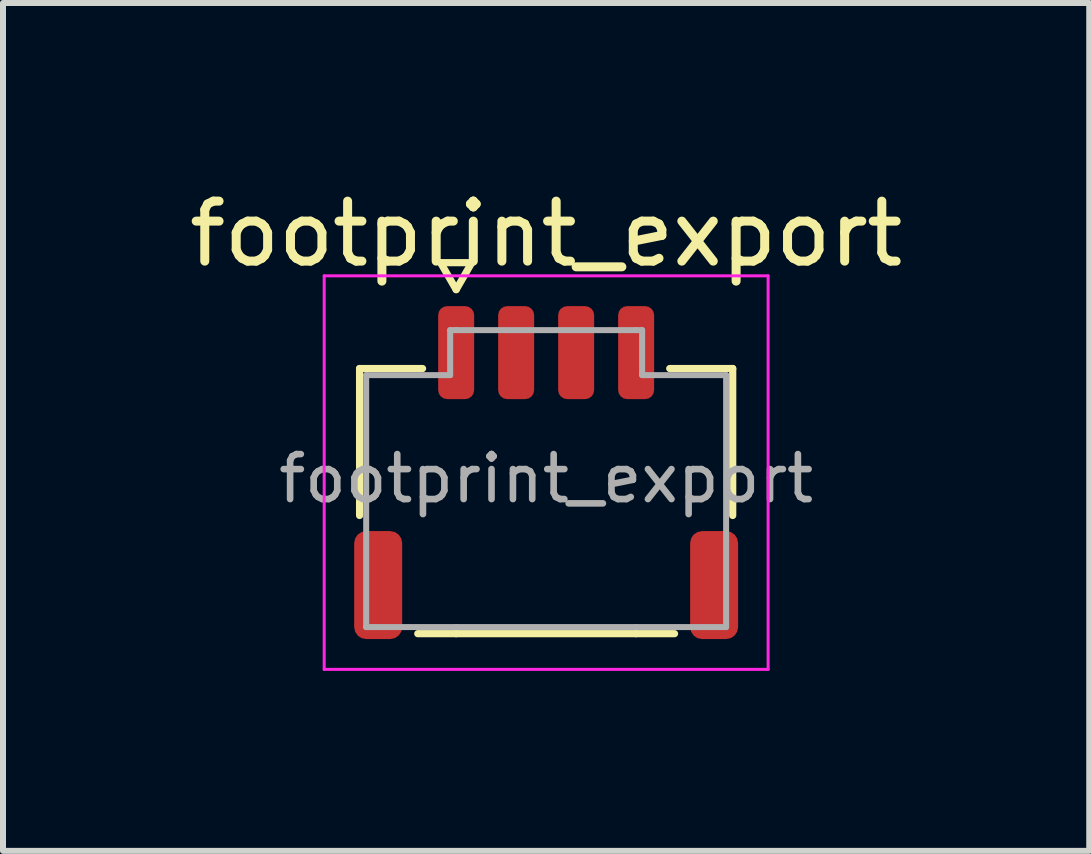
<source format=kicad_pcb>
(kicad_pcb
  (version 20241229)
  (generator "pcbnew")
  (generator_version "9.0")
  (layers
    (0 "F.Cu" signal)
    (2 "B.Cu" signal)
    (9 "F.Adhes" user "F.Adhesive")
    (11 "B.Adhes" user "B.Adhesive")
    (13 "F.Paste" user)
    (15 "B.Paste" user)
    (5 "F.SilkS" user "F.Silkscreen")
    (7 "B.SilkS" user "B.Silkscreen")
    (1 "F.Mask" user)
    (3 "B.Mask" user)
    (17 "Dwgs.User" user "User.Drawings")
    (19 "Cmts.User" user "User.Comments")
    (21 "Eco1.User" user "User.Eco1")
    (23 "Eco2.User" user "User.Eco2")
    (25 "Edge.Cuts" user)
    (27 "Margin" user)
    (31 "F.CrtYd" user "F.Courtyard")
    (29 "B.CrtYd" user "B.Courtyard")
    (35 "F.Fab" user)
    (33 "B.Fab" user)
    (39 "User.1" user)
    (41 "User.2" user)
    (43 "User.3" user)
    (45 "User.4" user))
  (footprint "footprint_export"
    (layer "F.Cu")
    (at 6.054 4.928)
    (property "Reference" "footprint_export" (at 0 -4.08 0) (layer "F.SilkS") (effects (font (size 1 1) (thickness 0.15))))
    (attr smd)
    (fp_line (start -3.11 -1.835) (end -2.06 -1.835) (stroke (width 0.12) (type solid)) (layer "F.SilkS"))
    (fp_line (start -3.11 0.615) (end -3.11 -1.835) (stroke (width 0.12) (type solid)) (layer "F.SilkS"))
    (fp_line (start -1.76 -3.6) (end -1.5 -3.15) (stroke (width 0.12) (type solid)) (layer "F.SilkS"))
    (fp_line (start -1.5 -3.15) (end -1.24 -3.6) (stroke (width 0.12) (type solid)) (layer "F.SilkS"))
    (fp_line (start -1.5 2.585) (end -2.14 2.585) (stroke (width 0.12) (type solid)) (layer "F.SilkS"))
    (fp_line (start -1.24 -3.6) (end -1.76 -3.6) (stroke (width 0.12) (type solid)) (layer "F.SilkS"))
    (fp_line (start 1.5 2.585) (end -1.5 2.585) (stroke (width 0.12) (type solid)) (layer "F.SilkS"))
    (fp_line (start 2.06 -1.835) (end 3.11 -1.835) (stroke (width 0.12) (type solid)) (layer "F.SilkS"))
    (fp_line (start 2.14 2.585) (end 1.5 2.585) (stroke (width 0.12) (type solid)) (layer "F.SilkS"))
    (fp_line (start 3.11 -1.835) (end 3.11 0.615) (stroke (width 0.12) (type solid)) (layer "F.SilkS"))
    (fp_line (start -3.7 -3.38) (end -3.7 3.18) (stroke (width 0.05) (type solid)) (layer "F.CrtYd"))
    (fp_line (start -3.7 3.18) (end 3.7 3.18) (stroke (width 0.05) (type solid)) (layer "F.CrtYd"))
    (fp_line (start 3.7 -3.38) (end -3.7 -3.38) (stroke (width 0.05) (type solid)) (layer "F.CrtYd"))
    (fp_line (start 3.7 3.18) (end 3.7 -3.38) (stroke (width 0.05) (type solid)) (layer "F.CrtYd"))
    (fp_line (start -3 -1.725) (end -1.6 -1.725) (stroke (width 0.1) (type solid)) (layer "F.Fab"))
    (fp_line (start -3 2.475) (end -3 -1.725) (stroke (width 0.1) (type solid)) (layer "F.Fab"))
    (fp_line (start -1.6 -2.475) (end -1.5 -2.475) (stroke (width 0.1) (type solid)) (layer "F.Fab"))
    (fp_line (start -1.6 -1.725) (end -1.6 -2.475) (stroke (width 0.1) (type solid)) (layer "F.Fab"))
    (fp_line (start -1.5 -2.475) (end 1.5 -2.475) (stroke (width 0.1) (type solid)) (layer "F.Fab"))
    (fp_line (start -1.5 2.475) (end -3 2.475) (stroke (width 0.1) (type solid)) (layer "F.Fab"))
    (fp_line (start 1.5 -2.475) (end 1.6 -2.475) (stroke (width 0.1) (type solid)) (layer "F.Fab"))
    (fp_line (start 1.5 2.475) (end -1.5 2.475) (stroke (width 0.1) (type solid)) (layer "F.Fab"))
    (fp_line (start 1.6 -2.475) (end 1.6 -1.725) (stroke (width 0.1) (type solid)) (layer "F.Fab"))
    (fp_line (start 1.6 -1.725) (end 3 -1.725) (stroke (width 0.1) (type solid)) (layer "F.Fab"))
    (fp_line (start 3 -1.725) (end 3 2.475) (stroke (width 0.1) (type solid)) (layer "F.Fab"))
    (fp_line (start 3 2.475) (end 1.5 2.475) (stroke (width 0.1) (type solid)) (layer "F.Fab"))
    (fp_text user "${REFERENCE}" (at 0 0 0) (layer "F.Fab") (effects (font (size 0.75 0.75) (thickness 0.11))))
    (pad "1" smd roundrect (at -1.5 -2.1) (size 0.6 1.55) (layers "F.Cu" "F.Mask" "F.Paste") (roundrect_rratio 0.25))
    (pad "2" smd roundrect (at -0.5 -2.1) (size 0.6 1.55) (layers "F.Cu" "F.Mask" "F.Paste") (roundrect_rratio 0.25))
    (pad "3" smd roundrect (at 0.5 -2.1) (size 0.6 1.55) (layers "F.Cu" "F.Mask" "F.Paste") (roundrect_rratio 0.25))
    (pad "4" smd roundrect (at 1.5 -2.1) (size 0.6 1.55) (layers "F.Cu" "F.Mask" "F.Paste") (roundrect_rratio 0.25))
    (pad "MP" smd roundrect (at -2.8 1.775) (size 0.8 1.8) (layers "F.Cu" "F.Mask" "F.Paste") (roundrect_rratio 0.25))
    (pad "MP" smd roundrect (at 2.8 1.775) (size 0.8 1.8) (layers "F.Cu" "F.Mask" "F.Paste") (roundrect_rratio 0.25)))
  (gr_rect
    (start -3 -3)
    (end 15.107 11.133)
    (stroke (width 0.1) (type default))
    (fill no)
    (layer "Edge.Cuts")))
</source>
